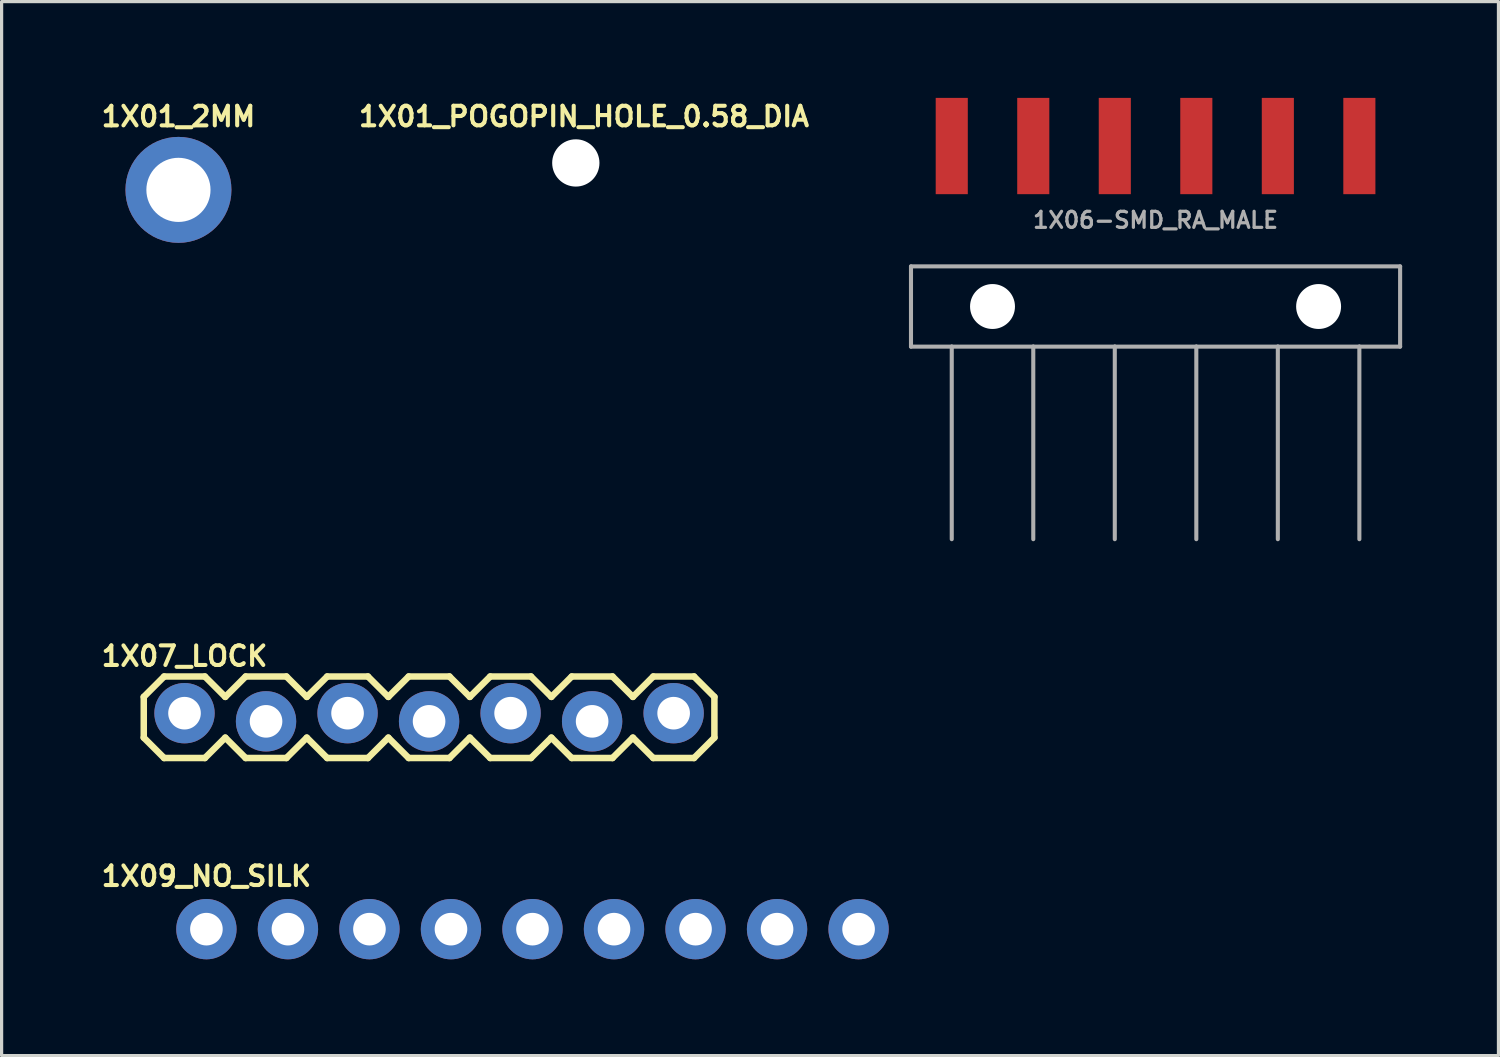
<source format=kicad_pcb>
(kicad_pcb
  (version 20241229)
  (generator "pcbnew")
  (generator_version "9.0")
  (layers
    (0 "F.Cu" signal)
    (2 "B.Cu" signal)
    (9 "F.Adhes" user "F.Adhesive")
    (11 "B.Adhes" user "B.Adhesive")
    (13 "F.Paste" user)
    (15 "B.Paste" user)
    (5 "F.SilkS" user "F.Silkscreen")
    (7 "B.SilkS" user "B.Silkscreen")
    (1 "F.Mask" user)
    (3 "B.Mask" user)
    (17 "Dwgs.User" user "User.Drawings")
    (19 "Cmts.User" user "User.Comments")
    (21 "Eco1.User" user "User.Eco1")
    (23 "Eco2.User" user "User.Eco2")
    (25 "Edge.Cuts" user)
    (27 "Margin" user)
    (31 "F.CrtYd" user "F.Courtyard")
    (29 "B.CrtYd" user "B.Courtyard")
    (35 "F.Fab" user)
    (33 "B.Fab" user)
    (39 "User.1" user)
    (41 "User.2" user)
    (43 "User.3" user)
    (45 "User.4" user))
  (footprint "1X07_LOCK"
    (layer "F.Cu")
    (at 2.699 19.298)
    (property "Reference" "1X07_LOCK" (at 0 -1.905 0) (layer "F.SilkS") (effects (font (size 0.61 0.61) (thickness 0.127))))
    (attr exclude_from_pos_files exclude_from_bom)
    (fp_line (start -1.27 -0.635) (end -1.27 0.635) (stroke (width 0.203) (type solid)) (layer "F.SilkS"))
    (fp_line (start -1.27 0.635) (end -0.635 1.27) (stroke (width 0.203) (type solid)) (layer "F.SilkS"))
    (fp_line (start -0.635 -1.27) (end -1.27 -0.635) (stroke (width 0.203) (type solid)) (layer "F.SilkS"))
    (fp_line (start -0.635 -1.27) (end 0.635 -1.27) (stroke (width 0.203) (type solid)) (layer "F.SilkS"))
    (fp_line (start 0.635 -1.27) (end 1.27 -0.635) (stroke (width 0.203) (type solid)) (layer "F.SilkS"))
    (fp_line (start 0.635 1.27) (end -0.635 1.27) (stroke (width 0.203) (type solid)) (layer "F.SilkS"))
    (fp_line (start 1.27 -0.635) (end 1.905 -1.27) (stroke (width 0.203) (type solid)) (layer "F.SilkS"))
    (fp_line (start 1.27 0.635) (end 0.635 1.27) (stroke (width 0.203) (type solid)) (layer "F.SilkS"))
    (fp_line (start 1.905 -1.27) (end 3.175 -1.27) (stroke (width 0.203) (type solid)) (layer "F.SilkS"))
    (fp_line (start 1.905 1.27) (end 1.27 0.635) (stroke (width 0.203) (type solid)) (layer "F.SilkS"))
    (fp_line (start 3.175 -1.27) (end 3.81 -0.635) (stroke (width 0.203) (type solid)) (layer "F.SilkS"))
    (fp_line (start 3.175 1.27) (end 1.905 1.27) (stroke (width 0.203) (type solid)) (layer "F.SilkS"))
    (fp_line (start 3.81 -0.635) (end 4.445 -1.27) (stroke (width 0.203) (type solid)) (layer "F.SilkS"))
    (fp_line (start 3.81 0.635) (end 3.175 1.27) (stroke (width 0.203) (type solid)) (layer "F.SilkS"))
    (fp_line (start 4.445 -1.27) (end 5.715 -1.27) (stroke (width 0.203) (type solid)) (layer "F.SilkS"))
    (fp_line (start 4.445 1.27) (end 3.81 0.635) (stroke (width 0.203) (type solid)) (layer "F.SilkS"))
    (fp_line (start 5.715 -1.27) (end 6.35 -0.635) (stroke (width 0.203) (type solid)) (layer "F.SilkS"))
    (fp_line (start 5.715 1.27) (end 4.445 1.27) (stroke (width 0.203) (type solid)) (layer "F.SilkS"))
    (fp_line (start 6.35 0.635) (end 5.715 1.27) (stroke (width 0.203) (type solid)) (layer "F.SilkS"))
    (fp_line (start 6.35 0.635) (end 6.985 1.27) (stroke (width 0.203) (type solid)) (layer "F.SilkS"))
    (fp_line (start 6.985 -1.27) (end 6.35 -0.635) (stroke (width 0.203) (type solid)) (layer "F.SilkS"))
    (fp_line (start 6.985 -1.27) (end 8.255 -1.27) (stroke (width 0.203) (type solid)) (layer "F.SilkS"))
    (fp_line (start 8.255 -1.27) (end 8.89 -0.635) (stroke (width 0.203) (type solid)) (layer "F.SilkS"))
    (fp_line (start 8.255 1.27) (end 6.985 1.27) (stroke (width 0.203) (type solid)) (layer "F.SilkS"))
    (fp_line (start 8.89 -0.635) (end 9.525 -1.27) (stroke (width 0.203) (type solid)) (layer "F.SilkS"))
    (fp_line (start 8.89 0.635) (end 8.255 1.27) (stroke (width 0.203) (type solid)) (layer "F.SilkS"))
    (fp_line (start 9.525 -1.27) (end 10.795 -1.27) (stroke (width 0.203) (type solid)) (layer "F.SilkS"))
    (fp_line (start 9.525 1.27) (end 8.89 0.635) (stroke (width 0.203) (type solid)) (layer "F.SilkS"))
    (fp_line (start 10.795 -1.27) (end 11.43 -0.635) (stroke (width 0.203) (type solid)) (layer "F.SilkS"))
    (fp_line (start 10.795 1.27) (end 9.525 1.27) (stroke (width 0.203) (type solid)) (layer "F.SilkS"))
    (fp_line (start 11.43 -0.635) (end 12.065 -1.27) (stroke (width 0.203) (type solid)) (layer "F.SilkS"))
    (fp_line (start 11.43 0.635) (end 10.795 1.27) (stroke (width 0.203) (type solid)) (layer "F.SilkS"))
    (fp_line (start 12.065 -1.27) (end 13.335 -1.27) (stroke (width 0.203) (type solid)) (layer "F.SilkS"))
    (fp_line (start 12.065 1.27) (end 11.43 0.635) (stroke (width 0.203) (type solid)) (layer "F.SilkS"))
    (fp_line (start 13.335 -1.27) (end 13.97 -0.635) (stroke (width 0.203) (type solid)) (layer "F.SilkS"))
    (fp_line (start 13.335 1.27) (end 12.065 1.27) (stroke (width 0.203) (type solid)) (layer "F.SilkS"))
    (fp_line (start 13.97 0.635) (end 13.335 1.27) (stroke (width 0.203) (type solid)) (layer "F.SilkS"))
    (fp_line (start 13.97 0.635) (end 14.605 1.27) (stroke (width 0.203) (type solid)) (layer "F.SilkS"))
    (fp_line (start 14.605 -1.27) (end 13.97 -0.635) (stroke (width 0.203) (type solid)) (layer "F.SilkS"))
    (fp_line (start 14.605 -1.27) (end 15.875 -1.27) (stroke (width 0.203) (type solid)) (layer "F.SilkS"))
    (fp_line (start 15.875 -1.27) (end 16.51 -0.635) (stroke (width 0.203) (type solid)) (layer "F.SilkS"))
    (fp_line (start 15.875 1.27) (end 14.605 1.27) (stroke (width 0.203) (type solid)) (layer "F.SilkS"))
    (fp_line (start 16.51 -0.635) (end 16.51 0.635) (stroke (width 0.203) (type solid)) (layer "F.SilkS"))
    (fp_line (start 16.51 0.635) (end 15.875 1.27) (stroke (width 0.203) (type solid)) (layer "F.SilkS"))
    (pad "1" thru_hole circle (at 0 -0.127) (size 1.88 1.88) (drill 1.016) (layers "*.Cu" "*.Mask"))
    (pad "2" thru_hole circle (at 2.54 0.127) (size 1.88 1.88) (drill 1.016) (layers "*.Cu" "*.Mask"))
    (pad "3" thru_hole circle (at 5.08 -0.127) (size 1.88 1.88) (drill 1.016) (layers "*.Cu" "*.Mask"))
    (pad "4" thru_hole circle (at 7.62 0.127) (size 1.88 1.88) (drill 1.016) (layers "*.Cu" "*.Mask"))
    (pad "5" thru_hole circle (at 10.16 -0.127) (size 1.88 1.88) (drill 1.016) (layers "*.Cu" "*.Mask"))
    (pad "6" thru_hole circle (at 12.7 0.127) (size 1.88 1.88) (drill 1.016) (layers "*.Cu" "*.Mask"))
    (pad "7" thru_hole circle (at 15.24 -0.127) (size 1.88 1.88) (drill 1.016) (layers "*.Cu" "*.Mask")))
  (footprint "1X09_NO_SILK"
    (layer "F.Cu")
    (at 3.381 25.9)
    (property "Reference" "1X09_NO_SILK" (at 0 -1.651 0) (layer "F.SilkS") (effects (font (size 0.61 0.61) (thickness 0.127))))
    (attr exclude_from_pos_files exclude_from_bom)
    (pad "1" thru_hole circle (at 0 0) (size 1.88 1.88) (drill 1.016) (layers "*.Cu" "*.Mask"))
    (pad "2" thru_hole circle (at 2.54 0) (size 1.88 1.88) (drill 1.016) (layers "*.Cu" "*.Mask"))
    (pad "3" thru_hole circle (at 5.08 0) (size 1.88 1.88) (drill 1.016) (layers "*.Cu" "*.Mask"))
    (pad "4" thru_hole circle (at 7.62 0) (size 1.88 1.88) (drill 1.016) (layers "*.Cu" "*.Mask"))
    (pad "5" thru_hole circle (at 10.16 0) (size 1.88 1.88) (drill 1.016) (layers "*.Cu" "*.Mask"))
    (pad "6" thru_hole circle (at 12.7 0) (size 1.88 1.88) (drill 1.016) (layers "*.Cu" "*.Mask"))
    (pad "7" thru_hole circle (at 15.24 0) (size 1.88 1.88) (drill 1.016) (layers "*.Cu" "*.Mask"))
    (pad "8" thru_hole circle (at 17.78 0) (size 1.88 1.88) (drill 1.016) (layers "*.Cu" "*.Mask"))
    (pad "9" thru_hole circle (at 20.32 0) (size 1.88 1.88) (drill 1.016) (layers "*.Cu" "*.Mask")))
  (footprint "1X06-SMD_RA_MALE"
    (layer "F.Cu")
    (at 32.954 6.5)
    (property "Reference" "1X06-SMD_RA_MALE" (at 0 -2.4 0) (layer "F.Fab") (effects (font (size 0.5 0.5) (thickness 0.1)) (justify bottom)))
    (fp_line (start -7.62 -1.25) (end -7.62 1.25) (stroke (width 0.127) (type solid)) (layer "F.Fab"))
    (fp_line (start -7.62 1.25) (end -6.35 1.25) (stroke (width 0.127) (type solid)) (layer "F.Fab"))
    (fp_line (start -6.35 1.25) (end -6.35 7.25) (stroke (width 0.127) (type solid)) (layer "F.Fab"))
    (fp_line (start -6.35 1.25) (end -3.81 1.25) (stroke (width 0.127) (type solid)) (layer "F.Fab"))
    (fp_line (start -3.81 1.25) (end -3.81 7.25) (stroke (width 0.127) (type solid)) (layer "F.Fab"))
    (fp_line (start -3.81 1.25) (end -1.27 1.25) (stroke (width 0.127) (type solid)) (layer "F.Fab"))
    (fp_line (start -1.27 1.25) (end -1.27 7.25) (stroke (width 0.127) (type solid)) (layer "F.Fab"))
    (fp_line (start -1.27 1.25) (end 1.27 1.25) (stroke (width 0.127) (type solid)) (layer "F.Fab"))
    (fp_line (start 1.27 1.25) (end 1.27 7.25) (stroke (width 0.127) (type solid)) (layer "F.Fab"))
    (fp_line (start 1.27 1.25) (end 3.81 1.25) (stroke (width 0.127) (type solid)) (layer "F.Fab"))
    (fp_line (start 3.81 1.25) (end 3.81 7.25) (stroke (width 0.127) (type solid)) (layer "F.Fab"))
    (fp_line (start 3.81 1.25) (end 6.35 1.25) (stroke (width 0.127) (type solid)) (layer "F.Fab"))
    (fp_line (start 6.35 1.25) (end 6.35 7.25) (stroke (width 0.127) (type solid)) (layer "F.Fab"))
    (fp_line (start 6.35 1.25) (end 7.62 1.25) (stroke (width 0.127) (type solid)) (layer "F.Fab"))
    (fp_line (start 7.62 -1.25) (end -7.62 -1.25) (stroke (width 0.127) (type solid)) (layer "F.Fab"))
    (fp_line (start 7.62 1.25) (end 7.62 -1.25) (stroke (width 0.127) (type solid)) (layer "F.Fab"))
    (pad "" np_thru_hole circle (at -5.08 0) (size 1.4 1.4) (drill 1.4) (layers "*.Cu" "*.Mask"))
    (pad "" np_thru_hole circle (at 5.08 0) (size 1.4 1.4) (drill 1.4) (layers "*.Cu" "*.Mask"))
    (pad "1" smd rect (at -6.35 -5 90) (size 3 1) (layers "F.Cu" "F.Mask" "F.Paste"))
    (pad "2" smd rect (at -3.81 -5 90) (size 3 1) (layers "F.Cu" "F.Mask" "F.Paste"))
    (pad "3" smd rect (at -1.27 -5 90) (size 3 1) (layers "F.Cu" "F.Mask" "F.Paste"))
    (pad "4" smd rect (at 1.27 -5 90) (size 3 1) (layers "F.Cu" "F.Mask" "F.Paste"))
    (pad "5" smd rect (at 3.81 -5 90) (size 3 1) (layers "F.Cu" "F.Mask" "F.Paste"))
    (pad "6" smd rect (at 6.35 -5 90) (size 3 1) (layers "F.Cu" "F.Mask" "F.Paste")))
  (footprint "1X01_POGOPIN_HOLE_0.58_DIA"
    (layer "F.Cu")
    (at 14.891 2.027)
    (property "Reference" "1X01_POGOPIN_HOLE_0.58_DIA" (at 0.254 -1.448 0) (layer "F.SilkS") (effects (font (size 0.61 0.61) (thickness 0.127))))
    (attr exclude_from_pos_files exclude_from_bom)
    (fp_circle (center 0 0) (end 0 -0.635) (stroke (width 0.127) (type solid)) (fill no) (layer "Dwgs.User"))
    (pad "" np_thru_hole circle (at 0 0) (size 1.473 1.473) (drill 1.473) (layers "*.Cu" "*.Mask"))
    (pad "1" thru_hole circle (at 0 0) (size 0.813 0.813) (drill 0.899) (layers "*.Cu" "*.Mask")))
  (footprint "1X01_2MM"
    (layer "F.Cu")
    (at 2.51 2.866)
    (property "Reference" "1X01_2MM" (at 0 -2.286 0) (layer "F.SilkS") (effects (font (size 0.61 0.61) (thickness 0.127))))
    (attr exclude_from_pos_files exclude_from_bom)
    (pad "1" thru_hole circle (at 0 0) (size 3.302 3.302) (drill 1.999) (layers "*.Cu" "*.Mask")))
  (gr_rect
    (start -3 -3)
    (end 43.638 29.84)
    (stroke (width 0.1) (type default))
    (fill no)
    (layer "Edge.Cuts")))
</source>
